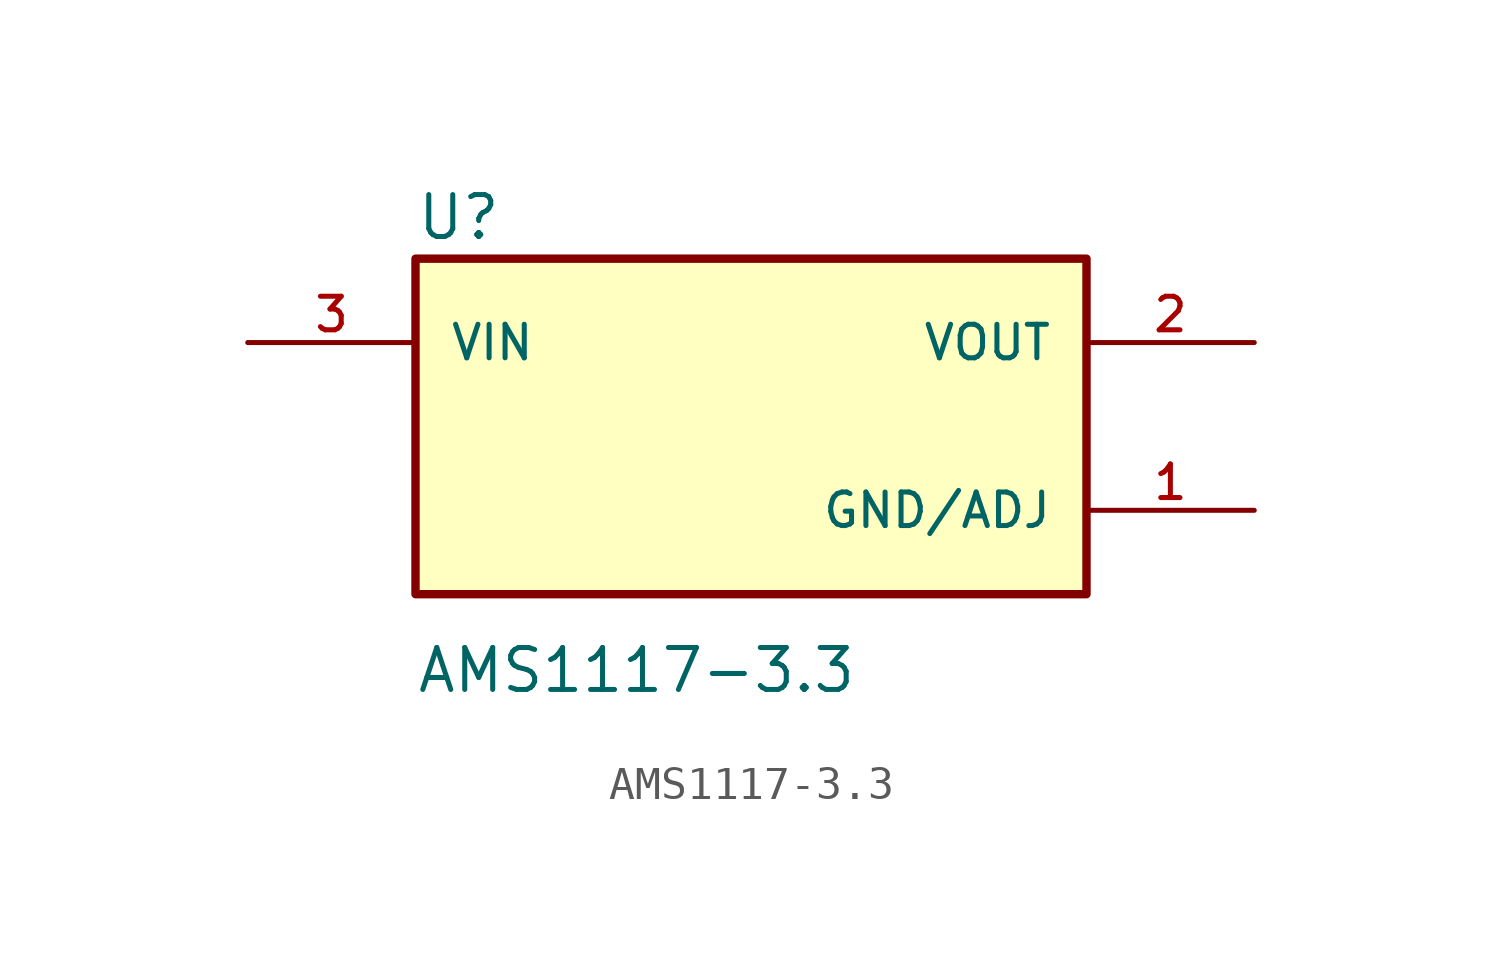
<source format=kicad_sym>
(kicad_symbol_lib
  (version 20211014)
  (generator kicad_symbol_editor)
  (symbol "AMS1117-3.3"
    (pin_names
      (offset 1.016))
    (property "Reference" "U"
      (at -10.16 5.588 0)
      (effects (font (size 1.27 1.27)) (justify bottom left)))
    (property "Value" "AMS1117-3.3"
      (at -10.16 -8.128 0)
      (effects (font (size 1.27 1.27)) (justify bottom left)))
    (symbol "AMS1117-3.3_0_0"
      (rectangle (start -10.16 -5.08) (end 10.16 5.08) (stroke (width 0.254)) (fill (type background)))
      (pin input line (at -15.24 2.54 0) (length 5.08) (name "VIN" (effects (font (size 1.016 1.016)))) (number "3" (effects (font (size 1.016 1.016)))))
      (pin output line (at 15.24 2.54 180.0) (length 5.08) (name "VOUT" (effects (font (size 1.016 1.016)))) (number "2" (effects (font (size 1.016 1.016)))))
      (pin power_in line (at 15.24 -2.54 180.0) (length 5.08) (name "GND/ADJ" (effects (font (size 1.016 1.016)))) (number "1" (effects (font (size 1.016 1.016))))))))
</source>
